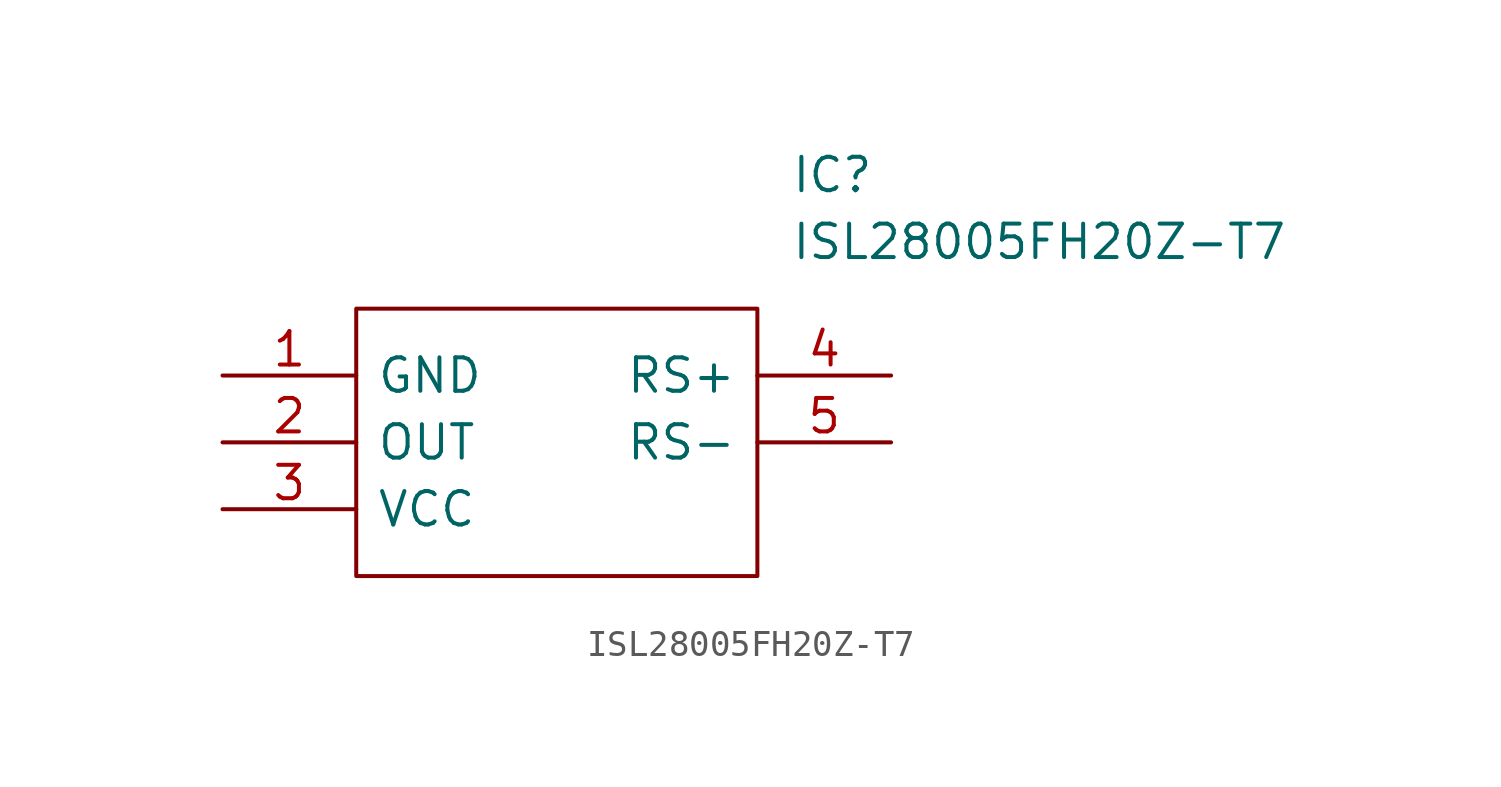
<source format=kicad_sym>
(kicad_symbol_lib
  (version 20220914)
  (generator kicad_symbol_editor)
  (symbol "ISL28005FH20Z-T7"
    (pin_names
      (offset 0.762))
    (property "Reference" "IC"
      (at 21.59 7.62 0)
      (effects (font (size 1.27 1.27)) (justify left)))
    (property "Value" "ISL28005FH20Z-T7"
      (at 21.59 5.08 0)
      (effects (font (size 1.27 1.27)) (justify left)))
    (symbol "ISL28005FH20Z-T7_0_0"
      (pin passive line (at 0 0 0) (length 5.08) (name "GND" (effects (font (size 1.27 1.27)))) (number "1" (effects (font (size 1.27 1.27)))))
      (pin passive line (at 0 -2.54 0) (length 5.08) (name "OUT" (effects (font (size 1.27 1.27)))) (number "2" (effects (font (size 1.27 1.27)))))
      (pin passive line (at 0 -5.08 0) (length 5.08) (name "VCC" (effects (font (size 1.27 1.27)))) (number "3" (effects (font (size 1.27 1.27)))))
      (pin passive line (at 25.4 0 180) (length 5.08) (name "RS+" (effects (font (size 1.27 1.27)))) (number "4" (effects (font (size 1.27 1.27)))))
      (pin passive line (at 25.4 -2.54 180) (length 5.08) (name "RS-" (effects (font (size 1.27 1.27)))) (number "5" (effects (font (size 1.27 1.27))))))
    (symbol "ISL28005FH20Z-T7_0_1"
      (polyline (pts (xy 5.08 2.54) (xy 20.32 2.54) (xy 20.32 -7.62) (xy 5.08 -7.62) (xy 5.08 2.54)) (stroke (width 0.152) (type solid)) (fill (type none))))))
</source>
